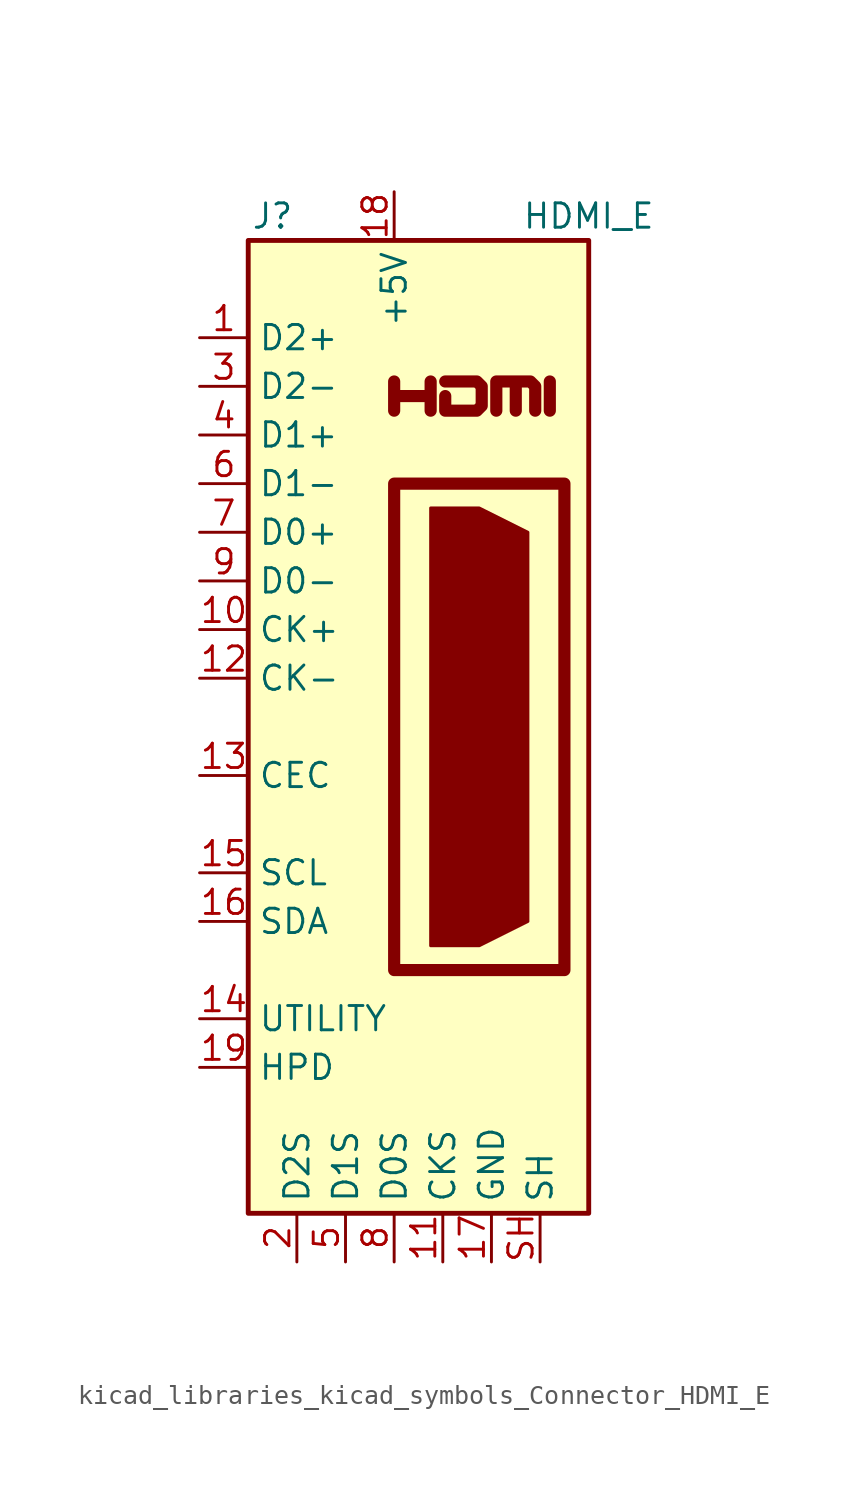
<source format=kicad_sym>
(kicad_symbol_lib
  (version 20220914)
  (generator kicad_symbol_editor)
  (symbol "kicad_libraries_kicad_symbols_Connector_HDMI_E"
    (property "Reference" "J"
      (at -6.35 26.67 0)
      (effects (font (size 1.27 1.27))))
    (property "Value" "HDMI_E"
      (at 10.16 26.67 0)
      (effects (font (size 1.27 1.27))))
    (symbol "kicad_libraries_kicad_symbols_Connector_HDMI_E_0_0"
      (polyline (pts (xy 8.128 16.51) (xy 8.128 18.034)) (stroke (width 0.635) (type default)) (fill (type none)))
      (polyline (pts (xy 0 16.51) (xy 0 18.034) (xy 0 17.272) (xy 1.905 17.272) (xy 1.905 18.034) (xy 1.905 16.51)) (stroke (width 0.635) (type default)) (fill (type none)))
      (polyline (pts (xy 2.667 18.034) (xy 4.318 18.034) (xy 4.572 17.78) (xy 4.572 16.764) (xy 4.318 16.51) (xy 2.667 16.51) (xy 2.667 17.272)) (stroke (width 0.635) (type default)) (fill (type none))))
    (symbol "kicad_libraries_kicad_symbols_Connector_HDMI_E_0_1"
      (rectangle (start -7.62 25.4) (end 10.16 -25.4) (stroke (width 0.254) (type default)) (fill (type background)))
      (polyline (pts (xy 1.905 11.43) (xy 4.445 11.43) (xy 6.985 10.16) (xy 6.985 -10.16) (xy 4.445 -11.43) (xy 1.905 -11.43) (xy 1.905 11.43)) (stroke (width 0) (type default)) (fill (type outline)))
      (polyline (pts (xy 5.334 16.51) (xy 5.334 18.034) (xy 6.35 18.034) (xy 6.35 16.51) (xy 6.35 18.034) (xy 7.112 18.034) (xy 7.366 17.78) (xy 7.366 16.51)) (stroke (width 0.635) (type default)) (fill (type none)))
      (rectangle (start 0 12.7) (end 8.89 -12.7) (stroke (width 0.635) (type default)) (fill (type none))))
    (symbol "kicad_libraries_kicad_symbols_Connector_HDMI_E_1_1"
      (pin passive line (at -10.16 20.32 0) (length 2.54) (name "D2+" (effects (font (size 1.27 1.27)))) (number "1" (effects (font (size 1.27 1.27)))))
      (pin passive line (at -10.16 5.08 0) (length 2.54) (name "CK+" (effects (font (size 1.27 1.27)))) (number "10" (effects (font (size 1.27 1.27)))))
      (pin power_in line (at 2.54 -27.94 90) (length 2.54) (name "CKS" (effects (font (size 1.27 1.27)))) (number "11" (effects (font (size 1.27 1.27)))))
      (pin passive line (at -10.16 2.54 0) (length 2.54) (name "CK-" (effects (font (size 1.27 1.27)))) (number "12" (effects (font (size 1.27 1.27)))))
      (pin bidirectional line (at -10.16 -2.54 0) (length 2.54) (name "CEC" (effects (font (size 1.27 1.27)))) (number "13" (effects (font (size 1.27 1.27)))))
      (pin passive line (at -10.16 -15.24 0) (length 2.54) (name "UTILITY" (effects (font (size 1.27 1.27)))) (number "14" (effects (font (size 1.27 1.27)))))
      (pin passive line (at -10.16 -7.62 0) (length 2.54) (name "SCL" (effects (font (size 1.27 1.27)))) (number "15" (effects (font (size 1.27 1.27)))))
      (pin bidirectional line (at -10.16 -10.16 0) (length 2.54) (name "SDA" (effects (font (size 1.27 1.27)))) (number "16" (effects (font (size 1.27 1.27)))))
      (pin power_in line (at 5.08 -27.94 90) (length 2.54) (name "GND" (effects (font (size 1.27 1.27)))) (number "17" (effects (font (size 1.27 1.27)))))
      (pin power_in line (at 0 27.94 270) (length 2.54) (name "+5V" (effects (font (size 1.27 1.27)))) (number "18" (effects (font (size 1.27 1.27)))))
      (pin passive line (at -10.16 -17.78 0) (length 2.54) (name "HPD" (effects (font (size 1.27 1.27)))) (number "19" (effects (font (size 1.27 1.27)))))
      (pin power_in line (at -5.08 -27.94 90) (length 2.54) (name "D2S" (effects (font (size 1.27 1.27)))) (number "2" (effects (font (size 1.27 1.27)))))
      (pin passive line (at -10.16 17.78 0) (length 2.54) (name "D2-" (effects (font (size 1.27 1.27)))) (number "3" (effects (font (size 1.27 1.27)))))
      (pin passive line (at -10.16 15.24 0) (length 2.54) (name "D1+" (effects (font (size 1.27 1.27)))) (number "4" (effects (font (size 1.27 1.27)))))
      (pin power_in line (at -2.54 -27.94 90) (length 2.54) (name "D1S" (effects (font (size 1.27 1.27)))) (number "5" (effects (font (size 1.27 1.27)))))
      (pin passive line (at -10.16 12.7 0) (length 2.54) (name "D1-" (effects (font (size 1.27 1.27)))) (number "6" (effects (font (size 1.27 1.27)))))
      (pin passive line (at -10.16 10.16 0) (length 2.54) (name "D0+" (effects (font (size 1.27 1.27)))) (number "7" (effects (font (size 1.27 1.27)))))
      (pin power_in line (at 0 -27.94 90) (length 2.54) (name "D0S" (effects (font (size 1.27 1.27)))) (number "8" (effects (font (size 1.27 1.27)))))
      (pin passive line (at -10.16 7.62 0) (length 2.54) (name "D0-" (effects (font (size 1.27 1.27)))) (number "9" (effects (font (size 1.27 1.27)))))
      (pin passive line (at 7.62 -27.94 90) (length 2.54) (name "SH" (effects (font (size 1.27 1.27)))) (number "SH" (effects (font (size 1.27 1.27))))))))
</source>
